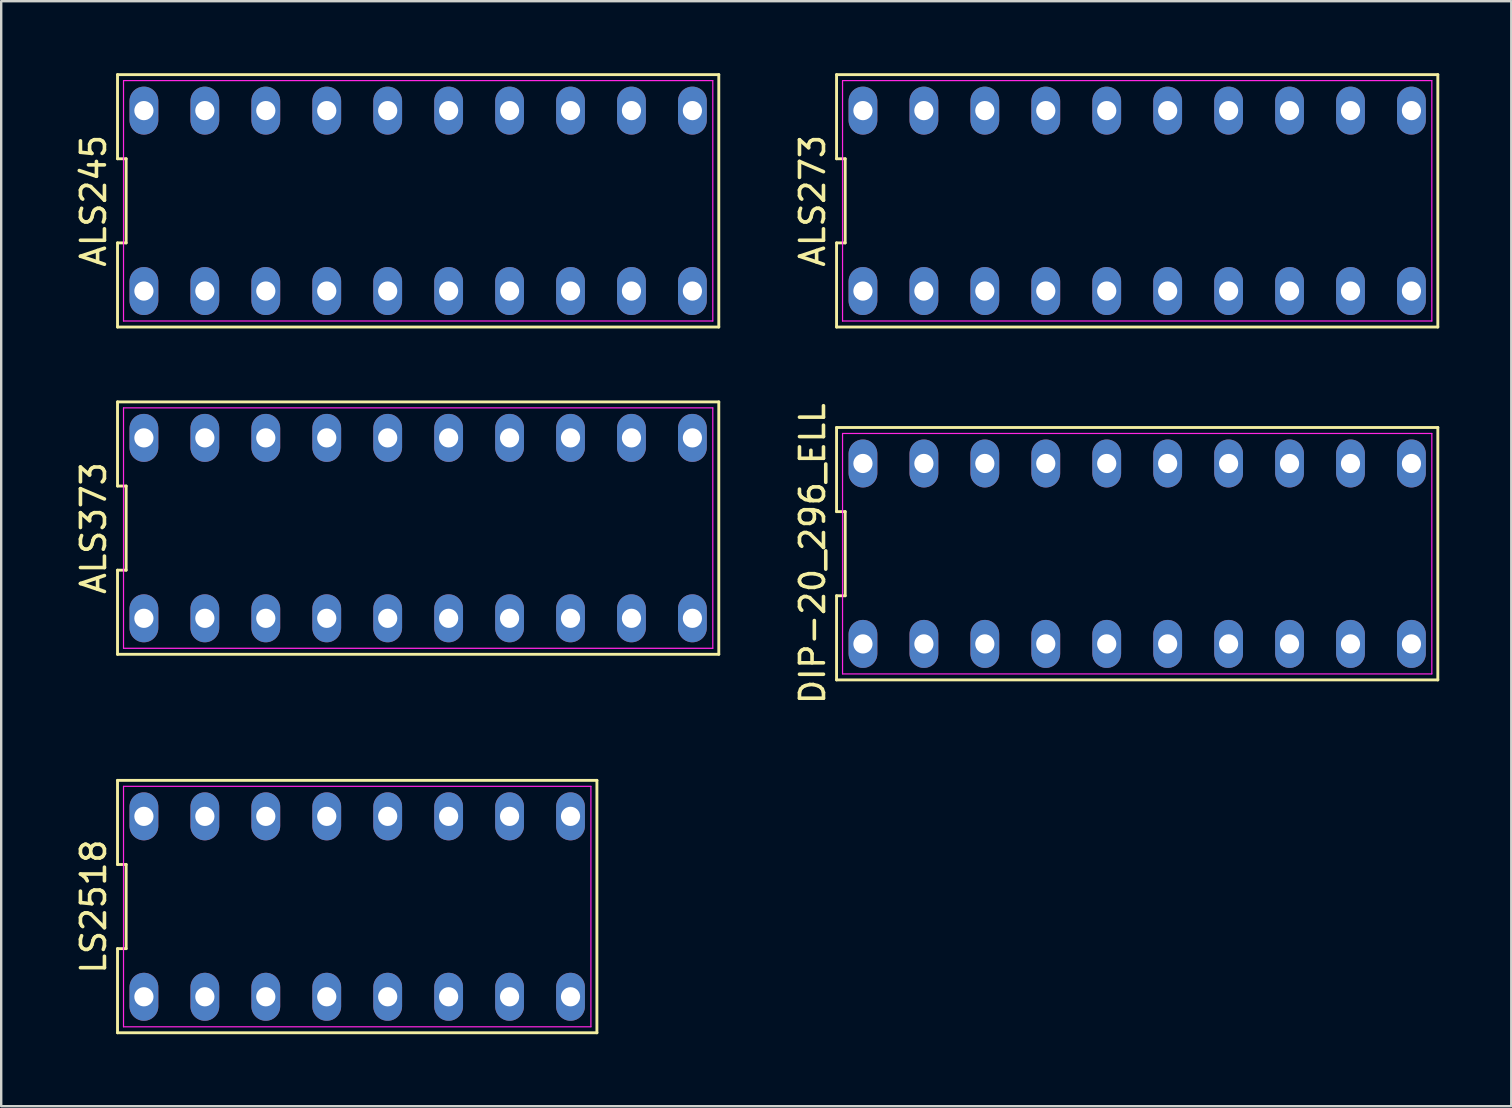
<source format=kicad_pcb>
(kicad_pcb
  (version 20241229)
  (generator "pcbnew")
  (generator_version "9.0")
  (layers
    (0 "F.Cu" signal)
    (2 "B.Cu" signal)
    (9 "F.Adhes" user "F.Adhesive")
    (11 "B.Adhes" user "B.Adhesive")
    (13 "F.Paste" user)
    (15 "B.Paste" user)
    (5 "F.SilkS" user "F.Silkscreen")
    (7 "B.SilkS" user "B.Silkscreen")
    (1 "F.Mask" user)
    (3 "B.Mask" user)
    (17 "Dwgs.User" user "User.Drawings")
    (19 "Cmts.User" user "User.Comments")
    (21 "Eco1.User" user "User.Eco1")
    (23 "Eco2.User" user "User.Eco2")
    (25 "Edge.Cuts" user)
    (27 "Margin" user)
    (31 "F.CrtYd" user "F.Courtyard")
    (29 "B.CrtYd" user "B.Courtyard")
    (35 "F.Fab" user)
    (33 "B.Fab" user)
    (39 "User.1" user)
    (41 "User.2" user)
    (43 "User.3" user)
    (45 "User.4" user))
  (footprint "LS2518"
    (layer "F.Cu")
    (at 11.838 34.734)
    (property "Reference" "LS2518" (at -10.99 0 90) (layer "F.SilkS") (effects (font (size 1 1) (thickness 0.15))))
    (attr through_hole)
    (fp_line (start -9.99 -5.26) (end -9.99 -1.753) (stroke (width 0.12) (type solid)) (layer "F.SilkS"))
    (fp_line (start -9.99 -1.753) (end -9.63 -1.753) (stroke (width 0.12) (type solid)) (layer "F.SilkS"))
    (fp_line (start -9.99 1.753) (end -9.99 5.26) (stroke (width 0.12) (type solid)) (layer "F.SilkS"))
    (fp_line (start -9.99 5.26) (end 9.99 5.26) (stroke (width 0.12) (type solid)) (layer "F.SilkS"))
    (fp_line (start -9.63 -1.753) (end -9.63 1.753) (stroke (width 0.12) (type solid)) (layer "F.SilkS"))
    (fp_line (start -9.63 1.753) (end -9.99 1.753) (stroke (width 0.12) (type solid)) (layer "F.SilkS"))
    (fp_line (start 9.99 -5.26) (end -9.99 -5.26) (stroke (width 0.12) (type solid)) (layer "F.SilkS"))
    (fp_line (start 9.99 5.26) (end 9.99 -5.26) (stroke (width 0.12) (type solid)) (layer "F.SilkS"))
    (fp_line (start -9.74 -5.01) (end 9.74 -5.01) (stroke (width 0.05) (type solid)) (layer "F.CrtYd"))
    (fp_line (start -9.74 5.01) (end -9.74 -5.01) (stroke (width 0.05) (type solid)) (layer "F.CrtYd"))
    (fp_line (start 9.74 -5.01) (end 9.74 5.01) (stroke (width 0.05) (type solid)) (layer "F.CrtYd"))
    (fp_line (start 9.74 5.01) (end -9.74 5.01) (stroke (width 0.05) (type solid)) (layer "F.CrtYd"))
    (pad "1" thru_hole oval (at -8.89 3.76) (size 1.2 2) (drill 0.8) (layers "*.Cu" "*.Mask"))
    (pad "2" thru_hole oval (at -6.35 3.76) (size 1.2 2) (drill 0.8) (layers "*.Cu" "*.Mask"))
    (pad "3" thru_hole oval (at -3.81 3.76) (size 1.2 2) (drill 0.8) (layers "*.Cu" "*.Mask"))
    (pad "4" thru_hole oval (at -1.27 3.76) (size 1.2 2) (drill 0.8) (layers "*.Cu" "*.Mask"))
    (pad "5" thru_hole oval (at 1.27 3.76) (size 1.2 2) (drill 0.8) (layers "*.Cu" "*.Mask"))
    (pad "6" thru_hole oval (at 3.81 3.76) (size 1.2 2) (drill 0.8) (layers "*.Cu" "*.Mask"))
    (pad "7" thru_hole oval (at 6.35 3.76) (size 1.2 2) (drill 0.8) (layers "*.Cu" "*.Mask"))
    (pad "8" thru_hole oval (at 8.89 3.76) (size 1.2 2) (drill 0.8) (layers "*.Cu" "*.Mask"))
    (pad "9" thru_hole oval (at 8.89 -3.76) (size 1.2 2) (drill 0.8) (layers "*.Cu" "*.Mask"))
    (pad "10" thru_hole oval (at 6.35 -3.76) (size 1.2 2) (drill 0.8) (layers "*.Cu" "*.Mask"))
    (pad "11" thru_hole oval (at 3.81 -3.76) (size 1.2 2) (drill 0.8) (layers "*.Cu" "*.Mask"))
    (pad "12" thru_hole oval (at 1.27 -3.76) (size 1.2 2) (drill 0.8) (layers "*.Cu" "*.Mask"))
    (pad "13" thru_hole oval (at -1.27 -3.76) (size 1.2 2) (drill 0.8) (layers "*.Cu" "*.Mask"))
    (pad "14" thru_hole oval (at -3.81 -3.76) (size 1.2 2) (drill 0.8) (layers "*.Cu" "*.Mask"))
    (pad "15" thru_hole oval (at -6.35 -3.76) (size 1.2 2) (drill 0.8) (layers "*.Cu" "*.Mask"))
    (pad "16" thru_hole oval (at -8.89 -3.76) (size 1.2 2) (drill 0.8) (layers "*.Cu" "*.Mask")))
  (footprint "ALS273"
    (layer "F.Cu")
    (at 44.346 5.32)
    (property "Reference" "ALS273" (at -13.53 0 90) (layer "F.SilkS") (effects (font (size 1 1) (thickness 0.15))))
    (attr through_hole)
    (fp_line (start -12.53 -5.26) (end -12.53 -1.753) (stroke (width 0.12) (type solid)) (layer "F.SilkS"))
    (fp_line (start -12.53 -1.753) (end -12.17 -1.753) (stroke (width 0.12) (type solid)) (layer "F.SilkS"))
    (fp_line (start -12.53 1.753) (end -12.53 5.26) (stroke (width 0.12) (type solid)) (layer "F.SilkS"))
    (fp_line (start -12.53 5.26) (end 12.53 5.26) (stroke (width 0.12) (type solid)) (layer "F.SilkS"))
    (fp_line (start -12.17 -1.753) (end -12.17 1.753) (stroke (width 0.12) (type solid)) (layer "F.SilkS"))
    (fp_line (start -12.17 1.753) (end -12.53 1.753) (stroke (width 0.12) (type solid)) (layer "F.SilkS"))
    (fp_line (start 12.53 -5.26) (end -12.53 -5.26) (stroke (width 0.12) (type solid)) (layer "F.SilkS"))
    (fp_line (start 12.53 5.26) (end 12.53 -5.26) (stroke (width 0.12) (type solid)) (layer "F.SilkS"))
    (fp_line (start -12.28 -5.01) (end 12.28 -5.01) (stroke (width 0.05) (type solid)) (layer "F.CrtYd"))
    (fp_line (start -12.28 5.01) (end -12.28 -5.01) (stroke (width 0.05) (type solid)) (layer "F.CrtYd"))
    (fp_line (start 12.28 -5.01) (end 12.28 5.01) (stroke (width 0.05) (type solid)) (layer "F.CrtYd"))
    (fp_line (start 12.28 5.01) (end -12.28 5.01) (stroke (width 0.05) (type solid)) (layer "F.CrtYd"))
    (pad "1" thru_hole oval (at -11.43 3.76) (size 1.2 2) (drill 0.8) (layers "*.Cu" "*.Mask"))
    (pad "2" thru_hole oval (at -8.89 3.76) (size 1.2 2) (drill 0.8) (layers "*.Cu" "*.Mask"))
    (pad "3" thru_hole oval (at -6.35 3.76) (size 1.2 2) (drill 0.8) (layers "*.Cu" "*.Mask"))
    (pad "4" thru_hole oval (at -3.81 3.76) (size 1.2 2) (drill 0.8) (layers "*.Cu" "*.Mask"))
    (pad "5" thru_hole oval (at -1.27 3.76) (size 1.2 2) (drill 0.8) (layers "*.Cu" "*.Mask"))
    (pad "6" thru_hole oval (at 1.27 3.76) (size 1.2 2) (drill 0.8) (layers "*.Cu" "*.Mask"))
    (pad "7" thru_hole oval (at 3.81 3.76) (size 1.2 2) (drill 0.8) (layers "*.Cu" "*.Mask"))
    (pad "8" thru_hole oval (at 6.35 3.76) (size 1.2 2) (drill 0.8) (layers "*.Cu" "*.Mask"))
    (pad "9" thru_hole oval (at 8.89 3.76) (size 1.2 2) (drill 0.8) (layers "*.Cu" "*.Mask"))
    (pad "10" thru_hole oval (at 11.43 3.76) (size 1.2 2) (drill 0.8) (layers "*.Cu" "*.Mask"))
    (pad "11" thru_hole oval (at 11.43 -3.76) (size 1.2 2) (drill 0.8) (layers "*.Cu" "*.Mask"))
    (pad "12" thru_hole oval (at 8.89 -3.76) (size 1.2 2) (drill 0.8) (layers "*.Cu" "*.Mask"))
    (pad "13" thru_hole oval (at 6.35 -3.76) (size 1.2 2) (drill 0.8) (layers "*.Cu" "*.Mask"))
    (pad "14" thru_hole oval (at 3.81 -3.76) (size 1.2 2) (drill 0.8) (layers "*.Cu" "*.Mask"))
    (pad "15" thru_hole oval (at 1.27 -3.76) (size 1.2 2) (drill 0.8) (layers "*.Cu" "*.Mask"))
    (pad "16" thru_hole oval (at -1.27 -3.76) (size 1.2 2) (drill 0.8) (layers "*.Cu" "*.Mask"))
    (pad "17" thru_hole oval (at -3.81 -3.76) (size 1.2 2) (drill 0.8) (layers "*.Cu" "*.Mask"))
    (pad "18" thru_hole oval (at -6.35 -3.76) (size 1.2 2) (drill 0.8) (layers "*.Cu" "*.Mask"))
    (pad "19" thru_hole oval (at -8.89 -3.76) (size 1.2 2) (drill 0.8) (layers "*.Cu" "*.Mask"))
    (pad "20" thru_hole oval (at -11.43 -3.76) (size 1.2 2) (drill 0.8) (layers "*.Cu" "*.Mask")))
  (footprint "ALS245"
    (layer "F.Cu")
    (at 14.378 5.32)
    (property "Reference" "ALS245" (at -13.53 0 90) (layer "F.SilkS") (effects (font (size 1 1) (thickness 0.15))))
    (attr through_hole)
    (fp_line (start -12.53 -5.26) (end -12.53 -1.753) (stroke (width 0.12) (type solid)) (layer "F.SilkS"))
    (fp_line (start -12.53 -1.753) (end -12.17 -1.753) (stroke (width 0.12) (type solid)) (layer "F.SilkS"))
    (fp_line (start -12.53 1.753) (end -12.53 5.26) (stroke (width 0.12) (type solid)) (layer "F.SilkS"))
    (fp_line (start -12.53 5.26) (end 12.53 5.26) (stroke (width 0.12) (type solid)) (layer "F.SilkS"))
    (fp_line (start -12.17 -1.753) (end -12.17 1.753) (stroke (width 0.12) (type solid)) (layer "F.SilkS"))
    (fp_line (start -12.17 1.753) (end -12.53 1.753) (stroke (width 0.12) (type solid)) (layer "F.SilkS"))
    (fp_line (start 12.53 -5.26) (end -12.53 -5.26) (stroke (width 0.12) (type solid)) (layer "F.SilkS"))
    (fp_line (start 12.53 5.26) (end 12.53 -5.26) (stroke (width 0.12) (type solid)) (layer "F.SilkS"))
    (fp_line (start -12.28 -5.01) (end 12.28 -5.01) (stroke (width 0.05) (type solid)) (layer "F.CrtYd"))
    (fp_line (start -12.28 5.01) (end -12.28 -5.01) (stroke (width 0.05) (type solid)) (layer "F.CrtYd"))
    (fp_line (start 12.28 -5.01) (end 12.28 5.01) (stroke (width 0.05) (type solid)) (layer "F.CrtYd"))
    (fp_line (start 12.28 5.01) (end -12.28 5.01) (stroke (width 0.05) (type solid)) (layer "F.CrtYd"))
    (pad "1" thru_hole oval (at -11.43 3.76) (size 1.2 2) (drill 0.8) (layers "*.Cu" "*.Mask"))
    (pad "2" thru_hole oval (at -8.89 3.76) (size 1.2 2) (drill 0.8) (layers "*.Cu" "*.Mask"))
    (pad "3" thru_hole oval (at -6.35 3.76) (size 1.2 2) (drill 0.8) (layers "*.Cu" "*.Mask"))
    (pad "4" thru_hole oval (at -3.81 3.76) (size 1.2 2) (drill 0.8) (layers "*.Cu" "*.Mask"))
    (pad "5" thru_hole oval (at -1.27 3.76) (size 1.2 2) (drill 0.8) (layers "*.Cu" "*.Mask"))
    (pad "6" thru_hole oval (at 1.27 3.76) (size 1.2 2) (drill 0.8) (layers "*.Cu" "*.Mask"))
    (pad "7" thru_hole oval (at 3.81 3.76) (size 1.2 2) (drill 0.8) (layers "*.Cu" "*.Mask"))
    (pad "8" thru_hole oval (at 6.35 3.76) (size 1.2 2) (drill 0.8) (layers "*.Cu" "*.Mask"))
    (pad "9" thru_hole oval (at 8.89 3.76) (size 1.2 2) (drill 0.8) (layers "*.Cu" "*.Mask"))
    (pad "10" thru_hole oval (at 11.43 3.76) (size 1.2 2) (drill 0.8) (layers "*.Cu" "*.Mask"))
    (pad "11" thru_hole oval (at 11.43 -3.76) (size 1.2 2) (drill 0.8) (layers "*.Cu" "*.Mask"))
    (pad "12" thru_hole oval (at 8.89 -3.76) (size 1.2 2) (drill 0.8) (layers "*.Cu" "*.Mask"))
    (pad "13" thru_hole oval (at 6.35 -3.76) (size 1.2 2) (drill 0.8) (layers "*.Cu" "*.Mask"))
    (pad "14" thru_hole oval (at 3.81 -3.76) (size 1.2 2) (drill 0.8) (layers "*.Cu" "*.Mask"))
    (pad "15" thru_hole oval (at 1.27 -3.76) (size 1.2 2) (drill 0.8) (layers "*.Cu" "*.Mask"))
    (pad "16" thru_hole oval (at -1.27 -3.76) (size 1.2 2) (drill 0.8) (layers "*.Cu" "*.Mask"))
    (pad "17" thru_hole oval (at -3.81 -3.76) (size 1.2 2) (drill 0.8) (layers "*.Cu" "*.Mask"))
    (pad "18" thru_hole oval (at -6.35 -3.76) (size 1.2 2) (drill 0.8) (layers "*.Cu" "*.Mask"))
    (pad "19" thru_hole oval (at -8.89 -3.76) (size 1.2 2) (drill 0.8) (layers "*.Cu" "*.Mask"))
    (pad "20" thru_hole oval (at -11.43 -3.76) (size 1.2 2) (drill 0.8) (layers "*.Cu" "*.Mask")))
  (footprint "DIP-20_296_ELL"
    (layer "F.Cu")
    (at 44.346 20.027)
    (property "Reference" "DIP-20_296_ELL" (at -13.53 0 90) (layer "F.SilkS") (effects (font (size 1 1) (thickness 0.15))))
    (attr through_hole)
    (fp_line (start -12.53 -5.26) (end -12.53 -1.753) (stroke (width 0.12) (type solid)) (layer "F.SilkS"))
    (fp_line (start -12.53 -1.753) (end -12.17 -1.753) (stroke (width 0.12) (type solid)) (layer "F.SilkS"))
    (fp_line (start -12.53 1.753) (end -12.53 5.26) (stroke (width 0.12) (type solid)) (layer "F.SilkS"))
    (fp_line (start -12.53 5.26) (end 12.53 5.26) (stroke (width 0.12) (type solid)) (layer "F.SilkS"))
    (fp_line (start -12.17 -1.753) (end -12.17 1.753) (stroke (width 0.12) (type solid)) (layer "F.SilkS"))
    (fp_line (start -12.17 1.753) (end -12.53 1.753) (stroke (width 0.12) (type solid)) (layer "F.SilkS"))
    (fp_line (start 12.53 -5.26) (end -12.53 -5.26) (stroke (width 0.12) (type solid)) (layer "F.SilkS"))
    (fp_line (start 12.53 5.26) (end 12.53 -5.26) (stroke (width 0.12) (type solid)) (layer "F.SilkS"))
    (fp_line (start -12.28 -5.01) (end 12.28 -5.01) (stroke (width 0.05) (type solid)) (layer "F.CrtYd"))
    (fp_line (start -12.28 5.01) (end -12.28 -5.01) (stroke (width 0.05) (type solid)) (layer "F.CrtYd"))
    (fp_line (start 12.28 -5.01) (end 12.28 5.01) (stroke (width 0.05) (type solid)) (layer "F.CrtYd"))
    (fp_line (start 12.28 5.01) (end -12.28 5.01) (stroke (width 0.05) (type solid)) (layer "F.CrtYd"))
    (pad "1" thru_hole oval (at -11.43 3.76) (size 1.2 2) (drill 0.8) (layers "*.Cu" "*.Mask"))
    (pad "2" thru_hole oval (at -8.89 3.76) (size 1.2 2) (drill 0.8) (layers "*.Cu" "*.Mask"))
    (pad "3" thru_hole oval (at -6.35 3.76) (size 1.2 2) (drill 0.8) (layers "*.Cu" "*.Mask"))
    (pad "4" thru_hole oval (at -3.81 3.76) (size 1.2 2) (drill 0.8) (layers "*.Cu" "*.Mask"))
    (pad "5" thru_hole oval (at -1.27 3.76) (size 1.2 2) (drill 0.8) (layers "*.Cu" "*.Mask"))
    (pad "6" thru_hole oval (at 1.27 3.76) (size 1.2 2) (drill 0.8) (layers "*.Cu" "*.Mask"))
    (pad "7" thru_hole oval (at 3.81 3.76) (size 1.2 2) (drill 0.8) (layers "*.Cu" "*.Mask"))
    (pad "8" thru_hole oval (at 6.35 3.76) (size 1.2 2) (drill 0.8) (layers "*.Cu" "*.Mask"))
    (pad "9" thru_hole oval (at 8.89 3.76) (size 1.2 2) (drill 0.8) (layers "*.Cu" "*.Mask"))
    (pad "10" thru_hole oval (at 11.43 3.76) (size 1.2 2) (drill 0.8) (layers "*.Cu" "*.Mask"))
    (pad "11" thru_hole oval (at 11.43 -3.76) (size 1.2 2) (drill 0.8) (layers "*.Cu" "*.Mask"))
    (pad "12" thru_hole oval (at 8.89 -3.76) (size 1.2 2) (drill 0.8) (layers "*.Cu" "*.Mask"))
    (pad "13" thru_hole oval (at 6.35 -3.76) (size 1.2 2) (drill 0.8) (layers "*.Cu" "*.Mask"))
    (pad "14" thru_hole oval (at 3.81 -3.76) (size 1.2 2) (drill 0.8) (layers "*.Cu" "*.Mask"))
    (pad "15" thru_hole oval (at 1.27 -3.76) (size 1.2 2) (drill 0.8) (layers "*.Cu" "*.Mask"))
    (pad "16" thru_hole oval (at -1.27 -3.76) (size 1.2 2) (drill 0.8) (layers "*.Cu" "*.Mask"))
    (pad "17" thru_hole oval (at -3.81 -3.76) (size 1.2 2) (drill 0.8) (layers "*.Cu" "*.Mask"))
    (pad "18" thru_hole oval (at -6.35 -3.76) (size 1.2 2) (drill 0.8) (layers "*.Cu" "*.Mask"))
    (pad "19" thru_hole oval (at -8.89 -3.76) (size 1.2 2) (drill 0.8) (layers "*.Cu" "*.Mask"))
    (pad "20" thru_hole oval (at -11.43 -3.76) (size 1.2 2) (drill 0.8) (layers "*.Cu" "*.Mask")))
  (footprint "ALS373"
    (layer "F.Cu")
    (at 14.378 18.96)
    (property "Reference" "ALS373" (at -13.53 0 90) (layer "F.SilkS") (effects (font (size 1 1) (thickness 0.15))))
    (attr through_hole)
    (fp_line (start -12.53 -5.26) (end -12.53 -1.753) (stroke (width 0.12) (type solid)) (layer "F.SilkS"))
    (fp_line (start -12.53 -1.753) (end -12.17 -1.753) (stroke (width 0.12) (type solid)) (layer "F.SilkS"))
    (fp_line (start -12.53 1.753) (end -12.53 5.26) (stroke (width 0.12) (type solid)) (layer "F.SilkS"))
    (fp_line (start -12.53 5.26) (end 12.53 5.26) (stroke (width 0.12) (type solid)) (layer "F.SilkS"))
    (fp_line (start -12.17 -1.753) (end -12.17 1.753) (stroke (width 0.12) (type solid)) (layer "F.SilkS"))
    (fp_line (start -12.17 1.753) (end -12.53 1.753) (stroke (width 0.12) (type solid)) (layer "F.SilkS"))
    (fp_line (start 12.53 -5.26) (end -12.53 -5.26) (stroke (width 0.12) (type solid)) (layer "F.SilkS"))
    (fp_line (start 12.53 5.26) (end 12.53 -5.26) (stroke (width 0.12) (type solid)) (layer "F.SilkS"))
    (fp_line (start -12.28 -5.01) (end 12.28 -5.01) (stroke (width 0.05) (type solid)) (layer "F.CrtYd"))
    (fp_line (start -12.28 5.01) (end -12.28 -5.01) (stroke (width 0.05) (type solid)) (layer "F.CrtYd"))
    (fp_line (start 12.28 -5.01) (end 12.28 5.01) (stroke (width 0.05) (type solid)) (layer "F.CrtYd"))
    (fp_line (start 12.28 5.01) (end -12.28 5.01) (stroke (width 0.05) (type solid)) (layer "F.CrtYd"))
    (pad "1" thru_hole oval (at -11.43 3.76) (size 1.2 2) (drill 0.8) (layers "*.Cu" "*.Mask"))
    (pad "2" thru_hole oval (at -8.89 3.76) (size 1.2 2) (drill 0.8) (layers "*.Cu" "*.Mask"))
    (pad "3" thru_hole oval (at -6.35 3.76) (size 1.2 2) (drill 0.8) (layers "*.Cu" "*.Mask"))
    (pad "4" thru_hole oval (at -3.81 3.76) (size 1.2 2) (drill 0.8) (layers "*.Cu" "*.Mask"))
    (pad "5" thru_hole oval (at -1.27 3.76) (size 1.2 2) (drill 0.8) (layers "*.Cu" "*.Mask"))
    (pad "6" thru_hole oval (at 1.27 3.76) (size 1.2 2) (drill 0.8) (layers "*.Cu" "*.Mask"))
    (pad "7" thru_hole oval (at 3.81 3.76) (size 1.2 2) (drill 0.8) (layers "*.Cu" "*.Mask"))
    (pad "8" thru_hole oval (at 6.35 3.76) (size 1.2 2) (drill 0.8) (layers "*.Cu" "*.Mask"))
    (pad "9" thru_hole oval (at 8.89 3.76) (size 1.2 2) (drill 0.8) (layers "*.Cu" "*.Mask"))
    (pad "10" thru_hole oval (at 11.43 3.76) (size 1.2 2) (drill 0.8) (layers "*.Cu" "*.Mask"))
    (pad "11" thru_hole oval (at 11.43 -3.76) (size 1.2 2) (drill 0.8) (layers "*.Cu" "*.Mask"))
    (pad "12" thru_hole oval (at 8.89 -3.76) (size 1.2 2) (drill 0.8) (layers "*.Cu" "*.Mask"))
    (pad "13" thru_hole oval (at 6.35 -3.76) (size 1.2 2) (drill 0.8) (layers "*.Cu" "*.Mask"))
    (pad "14" thru_hole oval (at 3.81 -3.76) (size 1.2 2) (drill 0.8) (layers "*.Cu" "*.Mask"))
    (pad "15" thru_hole oval (at 1.27 -3.76) (size 1.2 2) (drill 0.8) (layers "*.Cu" "*.Mask"))
    (pad "16" thru_hole oval (at -1.27 -3.76) (size 1.2 2) (drill 0.8) (layers "*.Cu" "*.Mask"))
    (pad "17" thru_hole oval (at -3.81 -3.76) (size 1.2 2) (drill 0.8) (layers "*.Cu" "*.Mask"))
    (pad "18" thru_hole oval (at -6.35 -3.76) (size 1.2 2) (drill 0.8) (layers "*.Cu" "*.Mask"))
    (pad "19" thru_hole oval (at -8.89 -3.76) (size 1.2 2) (drill 0.8) (layers "*.Cu" "*.Mask"))
    (pad "20" thru_hole oval (at -11.43 -3.76) (size 1.2 2) (drill 0.8) (layers "*.Cu" "*.Mask")))
  (gr_rect
    (start -3 -3)
    (end 59.937 43.054)
    (stroke (width 0.1) (type default))
    (fill no)
    (layer "Edge.Cuts")))
</source>
